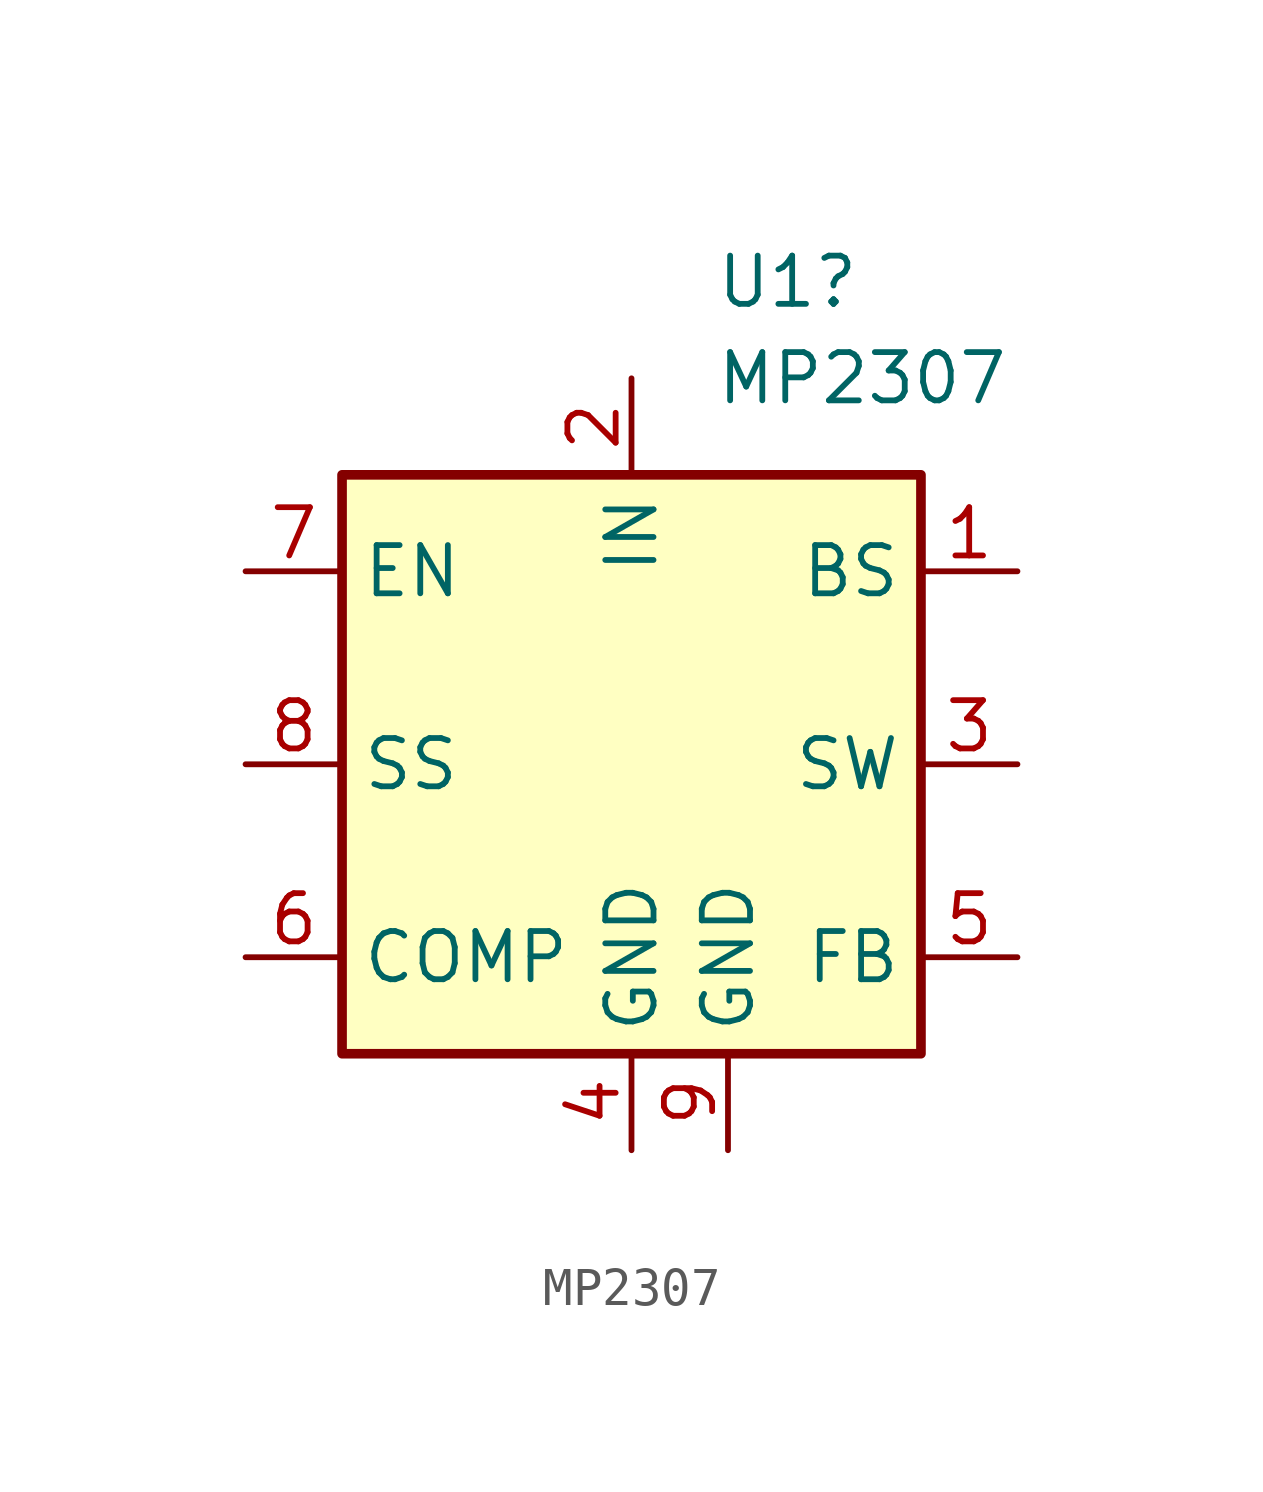
<source format=kicad_sym>
(kicad_symbol_lib
  (version 20220914)
  (generator kicad_symbol_editor)
  (symbol "MP2307"
    (property "Reference" "U1"
      (at 2.194 12.7 0)
      (effects (font (size 1.27 1.27)) (justify left)))
    (property "Value" "MP2307"
      (at 2.194 10.16 0)
      (effects (font (size 1.27 1.27)) (justify left)))
    (symbol "MP2307_0_1"
      (rectangle (start -7.62 7.62) (end 7.62 -7.62) (stroke (width 0.254) (type default)) (fill (type background))))
    (symbol "MP2307_1_1"
      (pin passive line (at 10.16 5.08 180) (length 2.54) (name "BS" (effects (font (size 1.27 1.27)))) (number "1" (effects (font (size 1.27 1.27)))))
      (pin power_in line (at 0 10.16 270) (length 2.54) (name "IN" (effects (font (size 1.27 1.27)))) (number "2" (effects (font (size 1.27 1.27)))))
      (pin output line (at 10.16 0 180) (length 2.54) (name "SW" (effects (font (size 1.27 1.27)))) (number "3" (effects (font (size 1.27 1.27)))))
      (pin power_in line (at 0 -10.16 90) (length 2.54) (name "GND" (effects (font (size 1.27 1.27)))) (number "4" (effects (font (size 1.27 1.27)))))
      (pin input line (at 10.16 -5.08 180) (length 2.54) (name "FB" (effects (font (size 1.27 1.27)))) (number "5" (effects (font (size 1.27 1.27)))))
      (pin passive line (at -10.16 -5.08 0) (length 2.54) (name "COMP" (effects (font (size 1.27 1.27)))) (number "6" (effects (font (size 1.27 1.27)))))
      (pin input line (at -10.16 5.08 0) (length 2.54) (name "EN" (effects (font (size 1.27 1.27)))) (number "7" (effects (font (size 1.27 1.27)))))
      (pin input line (at -10.16 0 0) (length 2.54) (name "SS" (effects (font (size 1.27 1.27)))) (number "8" (effects (font (size 1.27 1.27)))))
      (pin power_in line (at 2.54 -10.16 90) (length 2.54) (name "GND" (effects (font (size 1.27 1.27)))) (number "9" (effects (font (size 1.27 1.27))))))))
</source>
